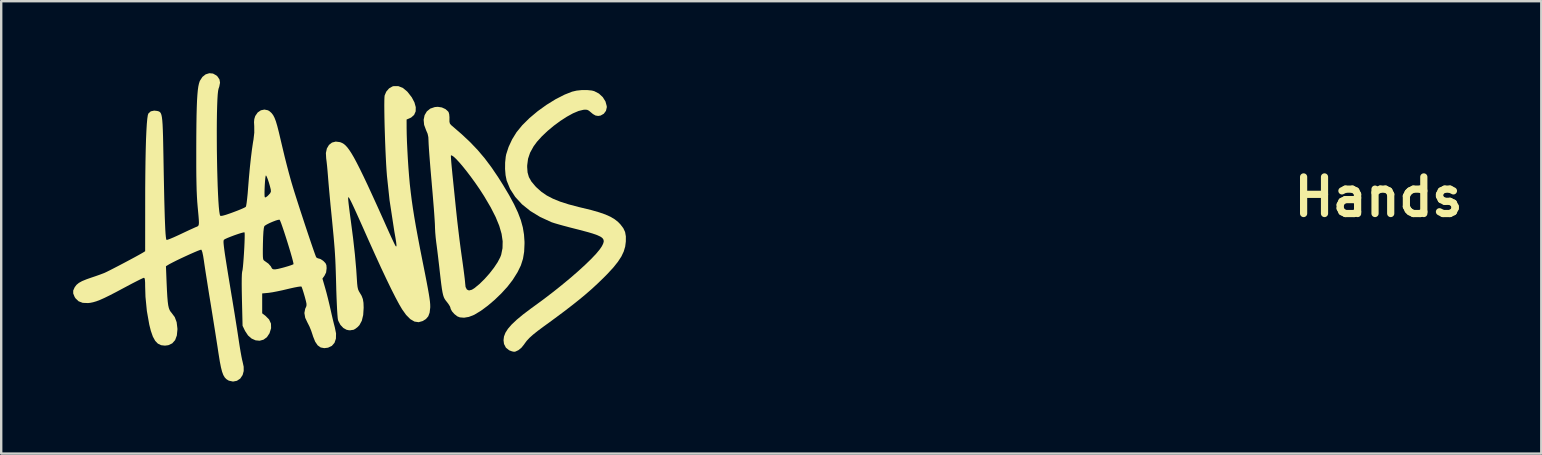
<source format=kicad_pcb>
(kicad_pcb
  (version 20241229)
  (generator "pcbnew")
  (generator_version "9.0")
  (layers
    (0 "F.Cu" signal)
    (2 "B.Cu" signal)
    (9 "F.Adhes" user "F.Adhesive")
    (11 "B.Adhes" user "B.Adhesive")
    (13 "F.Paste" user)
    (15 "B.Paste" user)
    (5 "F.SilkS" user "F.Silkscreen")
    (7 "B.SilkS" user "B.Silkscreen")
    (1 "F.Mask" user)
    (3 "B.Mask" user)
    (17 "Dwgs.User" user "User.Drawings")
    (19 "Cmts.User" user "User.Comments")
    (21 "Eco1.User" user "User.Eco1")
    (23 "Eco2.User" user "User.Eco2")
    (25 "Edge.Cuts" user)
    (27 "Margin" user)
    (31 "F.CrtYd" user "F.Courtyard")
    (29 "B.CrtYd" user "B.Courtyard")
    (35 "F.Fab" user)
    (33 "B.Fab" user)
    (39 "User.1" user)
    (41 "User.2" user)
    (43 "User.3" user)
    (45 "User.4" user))
  (footprint "Hands"
    (layer "F.Cu")
    (at 12.376 6.255)
    (property "Reference" "Hands" (at 42 -1.1 0) (layer "F.SilkS") (effects (font (size 1.524 1.524) (thickness 0.3))))
    (attr board_only exclude_from_pos_files exclude_from_bom)
    (fp_poly (pts (xy 9.229 -5.534) (xy 9.329 -5.508) (xy 9.524 -5.407) (xy 9.685 -5.258) (xy 9.797 -5.078) (xy 9.85 -4.883) (xy 9.852 -4.835) (xy 9.817 -4.687) (xy 9.726 -4.566) (xy 9.594 -4.491) (xy 9.493 -4.475) (xy 9.384 -4.492) (xy 9.276 -4.553) (xy 9.204 -4.613) (xy 9.108 -4.694) (xy 9.032 -4.731) (xy 8.944 -4.737) (xy 8.878 -4.731) (xy 8.679 -4.683) (xy 8.444 -4.584) (xy 8.186 -4.442) (xy 7.915 -4.267) (xy 7.644 -4.067) (xy 7.384 -3.85) (xy 7.147 -3.625) (xy 6.944 -3.401) (xy 6.802 -3.208) (xy 6.657 -2.945) (xy 6.571 -2.691) (xy 6.536 -2.418) (xy 6.535 -2.344) (xy 6.551 -2.122) (xy 6.606 -1.929) (xy 6.709 -1.745) (xy 6.87 -1.552) (xy 6.937 -1.484) (xy 7.13 -1.313) (xy 7.35 -1.162) (xy 7.607 -1.028) (xy 7.909 -0.905) (xy 8.265 -0.791) (xy 8.686 -0.68) (xy 8.82 -0.648) (xy 9.207 -0.554) (xy 9.527 -0.462) (xy 9.79 -0.371) (xy 10.005 -0.275) (xy 10.18 -0.171) (xy 10.325 -0.055) (xy 10.418 0.041) (xy 10.54 0.201) (xy 10.614 0.36) (xy 10.646 0.54) (xy 10.645 0.755) (xy 10.618 0.967) (xy 10.557 1.173) (xy 10.458 1.382) (xy 10.313 1.603) (xy 10.12 1.844) (xy 9.871 2.113) (xy 9.693 2.292) (xy 9.461 2.516) (xy 9.225 2.733) (xy 8.977 2.95) (xy 8.708 3.173) (xy 8.411 3.409) (xy 8.077 3.666) (xy 7.696 3.95) (xy 7.261 4.268) (xy 7.224 4.294) (xy 6.974 4.48) (xy 6.779 4.636) (xy 6.628 4.772) (xy 6.513 4.896) (xy 6.423 5.018) (xy 6.411 5.037) (xy 6.3 5.176) (xy 6.171 5.282) (xy 6.042 5.342) (xy 5.987 5.349) (xy 5.902 5.332) (xy 5.796 5.292) (xy 5.785 5.287) (xy 5.65 5.18) (xy 5.57 5.025) (xy 5.55 4.867) (xy 5.569 4.713) (xy 5.629 4.557) (xy 5.734 4.392) (xy 5.888 4.214) (xy 6.095 4.018) (xy 6.36 3.798) (xy 6.687 3.551) (xy 6.806 3.465) (xy 7.206 3.172) (xy 7.597 2.873) (xy 7.973 2.574) (xy 8.327 2.281) (xy 8.653 1.998) (xy 8.946 1.731) (xy 9.199 1.486) (xy 9.406 1.268) (xy 9.56 1.082) (xy 9.642 0.961) (xy 9.696 0.855) (xy 9.724 0.765) (xy 9.718 0.687) (xy 9.675 0.618) (xy 9.587 0.553) (xy 9.45 0.489) (xy 9.258 0.422) (xy 9.005 0.349) (xy 8.685 0.264) (xy 8.538 0.227) (xy 8.288 0.163) (xy 8.051 0.1) (xy 7.84 0.041) (xy 7.67 -0.009) (xy 7.557 -0.046) (xy 7.539 -0.053) (xy 7.074 -0.267) (xy 6.667 -0.515) (xy 6.32 -0.794) (xy 6.038 -1.101) (xy 5.824 -1.433) (xy 5.679 -1.787) (xy 5.679 -1.79) (xy 5.635 -2.007) (xy 5.614 -2.266) (xy 5.617 -2.535) (xy 5.643 -2.783) (xy 5.661 -2.875) (xy 5.761 -3.183) (xy 5.909 -3.501) (xy 6.091 -3.796) (xy 6.096 -3.802) (xy 6.334 -4.093) (xy 6.631 -4.386) (xy 6.972 -4.672) (xy 7.34 -4.937) (xy 7.72 -5.172) (xy 8.096 -5.364) (xy 8.405 -5.486) (xy 8.592 -5.53) (xy 8.81 -5.553) (xy 9.032 -5.554)) (stroke (width 0) (type solid)) (fill yes) (layer "F.SilkS"))
    (fp_poly (pts (xy 2.981 -4.829) (xy 3.134 -4.759) (xy 3.244 -4.659) (xy 3.263 -4.628) (xy 3.287 -4.544) (xy 3.298 -4.421) (xy 3.297 -4.354) (xy 3.297 -4.232) (xy 3.317 -4.155) (xy 3.369 -4.092) (xy 3.4 -4.066) (xy 3.805 -3.716) (xy 4.158 -3.385) (xy 4.472 -3.056) (xy 4.763 -2.713) (xy 5.042 -2.342) (xy 5.324 -1.926) (xy 5.53 -1.6) (xy 5.784 -1.174) (xy 5.989 -0.795) (xy 6.15 -0.451) (xy 6.271 -0.133) (xy 6.354 0.17) (xy 6.403 0.467) (xy 6.424 0.77) (xy 6.424 0.852) (xy 6.409 1.183) (xy 6.36 1.477) (xy 6.271 1.754) (xy 6.134 2.034) (xy 5.943 2.338) (xy 5.922 2.369) (xy 5.715 2.637) (xy 5.463 2.913) (xy 5.184 3.183) (xy 4.892 3.431) (xy 4.605 3.643) (xy 4.338 3.804) (xy 4.317 3.814) (xy 4.107 3.896) (xy 3.905 3.93) (xy 3.727 3.915) (xy 3.622 3.872) (xy 3.504 3.779) (xy 3.407 3.67) (xy 3.349 3.567) (xy 3.34 3.521) (xy 3.317 3.458) (xy 3.257 3.361) (xy 3.19 3.273) (xy 3.14 3.21) (xy 3.098 3.148) (xy 3.064 3.078) (xy 3.035 2.991) (xy 3.009 2.878) (xy 2.983 2.729) (xy 2.956 2.534) (xy 2.926 2.285) (xy 2.89 1.972) (xy 2.881 1.885) (xy 2.851 1.628) (xy 2.82 1.365) (xy 2.79 1.119) (xy 2.763 0.911) (xy 2.748 0.8) (xy 2.724 0.594) (xy 2.705 0.376) (xy 2.695 0.181) (xy 2.694 0.123) (xy 2.69 0.019) (xy 2.68 -0.151) (xy 2.665 -0.376) (xy 2.645 -0.646) (xy 2.62 -0.95) (xy 2.593 -1.278) (xy 2.563 -1.62) (xy 2.56 -1.662) (xy 2.53 -2.003) (xy 2.502 -2.33) (xy 2.478 -2.633) (xy 2.466 -2.788) (xy 3.357 -2.788) (xy 3.363 -2.684) (xy 3.375 -2.527) (xy 3.393 -2.331) (xy 3.415 -2.107) (xy 3.416 -2.093) (xy 3.443 -1.832) (xy 3.475 -1.519) (xy 3.51 -1.179) (xy 3.545 -0.835) (xy 3.578 -0.512) (xy 3.586 -0.438) (xy 3.622 -0.103) (xy 3.667 0.278) (xy 3.715 0.675) (xy 3.765 1.058) (xy 3.812 1.397) (xy 3.816 1.424) (xy 3.853 1.688) (xy 3.886 1.933) (xy 3.914 2.148) (xy 3.935 2.32) (xy 3.947 2.436) (xy 3.95 2.478) (xy 3.968 2.65) (xy 4.023 2.756) (xy 4.111 2.795) (xy 4.231 2.765) (xy 4.332 2.703) (xy 4.545 2.529) (xy 4.759 2.319) (xy 4.965 2.088) (xy 5.15 1.85) (xy 5.304 1.619) (xy 5.413 1.411) (xy 5.453 1.305) (xy 5.508 1.033) (xy 5.514 0.745) (xy 5.469 0.437) (xy 5.372 0.102) (xy 5.221 -0.265) (xy 5.015 -0.669) (xy 4.752 -1.116) (xy 4.723 -1.162) (xy 4.556 -1.421) (xy 4.379 -1.678) (xy 4.2 -1.925) (xy 4.024 -2.157) (xy 3.857 -2.366) (xy 3.704 -2.545) (xy 3.571 -2.687) (xy 3.464 -2.785) (xy 3.389 -2.832) (xy 3.358 -2.829) (xy 3.357 -2.788) (xy 2.466 -2.788) (xy 2.457 -2.903) (xy 2.441 -3.128) (xy 2.431 -3.299) (xy 2.426 -3.406) (xy 2.426 -3.415) (xy 2.418 -3.591) (xy 2.388 -3.732) (xy 2.327 -3.874) (xy 2.326 -3.876) (xy 2.242 -4.103) (xy 2.222 -4.317) (xy 2.262 -4.507) (xy 2.356 -4.665) (xy 2.499 -4.781) (xy 2.688 -4.845) (xy 2.813 -4.855)) (stroke (width 0) (type solid)) (fill yes) (layer "F.SilkS"))
    (fp_poly (pts (xy 1.356 -5.643) (xy 1.536 -5.493) (xy 1.557 -5.47) (xy 1.727 -5.251) (xy 1.839 -5.039) (xy 1.894 -4.841) (xy 1.89 -4.666) (xy 1.826 -4.52) (xy 1.703 -4.41) (xy 1.645 -4.382) (xy 1.512 -4.326) (xy 1.513 -3.972) (xy 1.517 -3.715) (xy 1.527 -3.402) (xy 1.544 -3.051) (xy 1.564 -2.684) (xy 1.588 -2.318) (xy 1.615 -1.974) (xy 1.642 -1.67) (xy 1.646 -1.629) (xy 1.683 -1.305) (xy 1.724 -0.978) (xy 1.773 -0.637) (xy 1.831 -0.272) (xy 1.899 0.125) (xy 1.98 0.565) (xy 2.074 1.059) (xy 2.184 1.614) (xy 2.204 1.713) (xy 2.283 2.11) (xy 2.347 2.44) (xy 2.398 2.711) (xy 2.437 2.931) (xy 2.465 3.108) (xy 2.484 3.248) (xy 2.494 3.361) (xy 2.497 3.453) (xy 2.496 3.511) (xy 2.471 3.72) (xy 2.415 3.872) (xy 2.318 3.985) (xy 2.184 4.069) (xy 2.013 4.117) (xy 1.84 4.091) (xy 1.667 3.99) (xy 1.491 3.813) (xy 1.327 3.583) (xy 1.203 3.373) (xy 1.053 3.093) (xy 0.876 2.744) (xy 0.674 2.327) (xy 0.446 1.844) (xy 0.195 1.295) (xy -0.081 0.682) (xy -0.26 0.279) (xy -0.379 0.012) (xy -0.494 -0.244) (xy -0.599 -0.477) (xy -0.69 -0.676) (xy -0.761 -0.827) (xy -0.807 -0.921) (xy -0.867 -1.035) (xy -0.902 -1.088) (xy -0.918 -1.086) (xy -0.923 -1.036) (xy -0.923 -1.028) (xy -0.918 -0.957) (xy -0.904 -0.824) (xy -0.882 -0.641) (xy -0.854 -0.422) (xy -0.822 -0.18) (xy -0.811 -0.104) (xy -0.718 0.611) (xy -0.642 1.291) (xy -0.586 1.922) (xy -0.561 2.304) (xy -0.548 2.504) (xy -0.532 2.646) (xy -0.51 2.746) (xy -0.478 2.823) (xy -0.447 2.875) (xy -0.362 3.018) (xy -0.31 3.154) (xy -0.284 3.312) (xy -0.277 3.517) (xy -0.277 3.518) (xy -0.296 3.818) (xy -0.354 4.057) (xy -0.452 4.239) (xy -0.527 4.318) (xy -0.618 4.389) (xy -0.692 4.431) (xy -0.714 4.436) (xy -0.8 4.447) (xy -0.817 4.452) (xy -0.887 4.453) (xy -0.986 4.433) (xy -0.988 4.433) (xy -1.124 4.358) (xy -1.245 4.229) (xy -1.332 4.064) (xy -1.345 4.026) (xy -1.357 3.952) (xy -1.369 3.812) (xy -1.382 3.615) (xy -1.394 3.369) (xy -1.406 3.086) (xy -1.417 2.773) (xy -1.421 2.608) (xy -1.43 2.275) (xy -1.439 1.987) (xy -1.448 1.734) (xy -1.458 1.502) (xy -1.471 1.279) (xy -1.486 1.053) (xy -1.506 0.811) (xy -1.529 0.541) (xy -1.559 0.23) (xy -1.594 -0.134) (xy -1.628 -0.476) (xy -1.658 -0.775) (xy -1.687 -1.087) (xy -1.715 -1.39) (xy -1.739 -1.666) (xy -1.758 -1.893) (xy -1.763 -1.961) (xy -1.781 -2.177) (xy -1.8 -2.384) (xy -1.819 -2.56) (xy -1.835 -2.685) (xy -1.838 -2.707) (xy -1.85 -2.931) (xy -1.809 -3.12) (xy -1.721 -3.268) (xy -1.596 -3.366) (xy -1.44 -3.407) (xy -1.261 -3.384) (xy -1.173 -3.349) (xy -1.105 -3.309) (xy -1.035 -3.25) (xy -0.959 -3.168) (xy -0.877 -3.059) (xy -0.786 -2.92) (xy -0.683 -2.745) (xy -0.568 -2.53) (xy -0.437 -2.273) (xy -0.288 -1.968) (xy -0.119 -1.612) (xy 0.071 -1.2) (xy 0.286 -0.729) (xy 0.527 -0.194) (xy 0.681 0.152) (xy 0.783 0.377) (xy 0.875 0.579) (xy 0.954 0.747) (xy 1.014 0.871) (xy 1.051 0.94) (xy 1.057 0.95) (xy 1.079 0.963) (xy 1.09 0.942) (xy 1.088 0.88) (xy 1.075 0.769) (xy 1.048 0.6) (xy 1.006 0.365) (xy 1 0.329) (xy 0.803 -0.958) (xy 0.694 -1.976) (xy 0.677 -2.2) (xy 0.66 -2.467) (xy 0.645 -2.765) (xy 0.63 -3.086) (xy 0.617 -3.419) (xy 0.606 -3.755) (xy 0.596 -4.083) (xy 0.589 -4.393) (xy 0.585 -4.676) (xy 0.583 -4.921) (xy 0.585 -5.119) (xy 0.59 -5.259) (xy 0.597 -5.327) (xy 0.665 -5.488) (xy 0.78 -5.621) (xy 0.922 -5.704) (xy 0.971 -5.717) (xy 1.167 -5.717)) (stroke (width 0) (type solid)) (fill yes) (layer "F.SilkS"))
    (fp_poly (pts (xy -6.553 -6.241) (xy -6.408 -6.16) (xy -6.361 -6.114) (xy -6.283 -5.994) (xy -6.26 -5.861) (xy -6.291 -5.698) (xy -6.321 -5.612) (xy -6.34 -5.522) (xy -6.357 -5.366) (xy -6.37 -5.152) (xy -6.38 -4.887) (xy -6.388 -4.58) (xy -6.393 -4.239) (xy -6.395 -3.871) (xy -6.394 -3.485) (xy -6.392 -3.089) (xy -6.386 -2.691) (xy -6.379 -2.298) (xy -6.369 -1.919) (xy -6.358 -1.561) (xy -6.344 -1.233) (xy -6.329 -0.942) (xy -6.312 -0.698) (xy -6.293 -0.506) (xy -6.272 -0.376) (xy -6.255 -0.321) (xy -6.221 -0.309) (xy -6.142 -0.321) (xy -6.011 -0.358) (xy -5.821 -0.423) (xy -5.728 -0.457) (xy -5.543 -0.527) (xy -5.383 -0.592) (xy -5.262 -0.646) (xy -5.194 -0.683) (xy -5.186 -0.69) (xy -5.17 -0.742) (xy -5.151 -0.858) (xy -5.131 -1.025) (xy -5.11 -1.228) (xy -5.106 -1.275) (xy -4.407 -1.275) (xy -4.405 -1.16) (xy -4.398 -1.094) (xy -4.397 -1.092) (xy -4.364 -1.08) (xy -4.293 -1.128) (xy -4.251 -1.168) (xy -4.171 -1.255) (xy -4.14 -1.325) (xy -4.146 -1.405) (xy -4.146 -1.408) (xy -4.182 -1.553) (xy -4.225 -1.702) (xy -4.271 -1.837) (xy -4.312 -1.941) (xy -4.343 -1.995) (xy -4.349 -1.999) (xy -4.362 -1.964) (xy -4.375 -1.871) (xy -4.387 -1.737) (xy -4.397 -1.582) (xy -4.404 -1.421) (xy -4.407 -1.275) (xy -5.106 -1.275) (xy -5.092 -1.456) (xy -5.056 -1.905) (xy -5.016 -2.334) (xy -4.973 -2.733) (xy -4.929 -3.086) (xy -4.885 -3.382) (xy -4.866 -3.489) (xy -4.833 -3.777) (xy -4.835 -4.051) (xy -4.844 -4.219) (xy -4.833 -4.342) (xy -4.801 -4.449) (xy -4.789 -4.478) (xy -4.691 -4.62) (xy -4.559 -4.71) (xy -4.411 -4.741) (xy -4.262 -4.71) (xy -4.189 -4.664) (xy -4.113 -4.595) (xy -4.048 -4.51) (xy -3.99 -4.399) (xy -3.933 -4.25) (xy -3.875 -4.054) (xy -3.81 -3.8) (xy -3.761 -3.592) (xy -3.658 -3.155) (xy -3.567 -2.775) (xy -3.481 -2.436) (xy -3.398 -2.12) (xy -3.313 -1.81) (xy -3.28 -1.695) (xy -3.233 -1.538) (xy -3.171 -1.335) (xy -3.095 -1.095) (xy -3.009 -0.826) (xy -2.916 -0.537) (xy -2.818 -0.239) (xy -2.72 0.06) (xy -2.623 0.351) (xy -2.531 0.625) (xy -2.447 0.873) (xy -2.374 1.085) (xy -2.315 1.252) (xy -2.273 1.366) (xy -2.251 1.417) (xy -2.25 1.418) (xy -2.18 1.459) (xy -2.139 1.466) (xy -2.068 1.49) (xy -1.975 1.551) (xy -1.944 1.577) (xy -1.866 1.659) (xy -1.829 1.74) (xy -1.82 1.857) (xy -1.82 1.872) (xy -1.841 2.044) (xy -1.907 2.179) (xy -1.994 2.301) (xy -1.88 2.693) (xy -1.826 2.888) (xy -1.765 3.127) (xy -1.704 3.379) (xy -1.652 3.606) (xy -1.605 3.816) (xy -1.558 4.018) (xy -1.515 4.191) (xy -1.483 4.314) (xy -1.479 4.327) (xy -1.427 4.583) (xy -1.432 4.801) (xy -1.491 4.976) (xy -1.602 5.104) (xy -1.761 5.179) (xy -1.918 5.198) (xy -2.067 5.17) (xy -2.192 5.082) (xy -2.296 4.93) (xy -2.385 4.709) (xy -2.406 4.641) (xy -2.464 4.468) (xy -2.535 4.295) (xy -2.605 4.157) (xy -2.609 4.151) (xy -2.711 3.935) (xy -2.746 3.735) (xy -2.712 3.557) (xy -2.697 3.526) (xy -2.669 3.466) (xy -2.657 3.409) (xy -2.66 3.338) (xy -2.682 3.235) (xy -2.723 3.081) (xy -2.736 3.034) (xy -2.783 2.875) (xy -2.825 2.743) (xy -2.856 2.657) (xy -2.869 2.633) (xy -2.914 2.63) (xy -3.019 2.644) (xy -3.171 2.673) (xy -3.355 2.714) (xy -3.444 2.735) (xy -3.663 2.787) (xy -3.881 2.833) (xy -4.074 2.87) (xy -4.222 2.892) (xy -4.247 2.895) (xy -4.504 2.919) (xy -4.504 3.747) (xy -4.369 3.85) (xy -4.217 4.003) (xy -4.138 4.175) (xy -4.133 4.368) (xy -4.198 4.578) (xy -4.307 4.742) (xy -4.448 4.845) (xy -4.609 4.889) (xy -4.778 4.873) (xy -4.943 4.8) (xy -5.093 4.67) (xy -5.215 4.485) (xy -5.215 4.485) (xy -5.321 4.267) (xy -5.347 3.183) (xy -5.354 2.819) (xy -5.357 2.517) (xy -5.355 2.28) (xy -5.349 2.113) (xy -5.339 2.016) (xy -5.335 2.002) (xy -5.321 1.936) (xy -5.306 1.812) (xy -5.291 1.644) (xy -5.276 1.446) (xy -5.264 1.269) (xy -4.477 1.269) (xy -4.474 1.391) (xy -4.466 1.47) (xy -4.452 1.518) (xy -4.431 1.545) (xy -4.414 1.557) (xy -4.244 1.678) (xy -4.141 1.794) (xy -4.122 1.833) (xy -4.093 1.884) (xy -4.045 1.912) (xy -3.968 1.917) (xy -3.848 1.898) (xy -3.673 1.855) (xy -3.574 1.828) (xy -3.421 1.783) (xy -3.296 1.742) (xy -3.216 1.71) (xy -3.2 1.7) (xy -3.203 1.657) (xy -3.227 1.555) (xy -3.267 1.404) (xy -3.321 1.216) (xy -3.384 1.005) (xy -3.453 0.781) (xy -3.524 0.557) (xy -3.593 0.344) (xy -3.657 0.155) (xy -3.711 0.002) (xy -3.753 -0.104) (xy -3.777 -0.15) (xy -3.778 -0.151) (xy -3.832 -0.149) (xy -3.933 -0.12) (xy -4.059 -0.072) (xy -4.192 -0.015) (xy -4.309 0.044) (xy -4.391 0.095) (xy -4.414 0.118) (xy -4.435 0.192) (xy -4.452 0.342) (xy -4.465 0.566) (xy -4.473 0.853) (xy -4.477 1.093) (xy -4.477 1.269) (xy -5.264 1.269) (xy -5.262 1.232) (xy -5.249 1.015) (xy -5.24 0.809) (xy -5.234 0.628) (xy -5.232 0.486) (xy -5.235 0.398) (xy -5.241 0.374) (xy -5.284 0.377) (xy -5.381 0.402) (xy -5.513 0.444) (xy -5.663 0.496) (xy -5.814 0.553) (xy -5.948 0.607) (xy -6.049 0.653) (xy -6.095 0.682) (xy -6.106 0.7) (xy -6.113 0.731) (xy -6.115 0.783) (xy -6.11 0.859) (xy -6.099 0.966) (xy -6.081 1.109) (xy -6.055 1.294) (xy -6.019 1.525) (xy -5.974 1.809) (xy -5.919 2.151) (xy -5.852 2.556) (xy -5.774 3.03) (xy -5.761 3.103) (xy -5.708 3.429) (xy -5.652 3.77) (xy -5.599 4.105) (xy -5.549 4.419) (xy -5.507 4.693) (xy -5.477 4.893) (xy -5.441 5.126) (xy -5.404 5.348) (xy -5.369 5.541) (xy -5.339 5.688) (xy -5.322 5.756) (xy -5.275 5.973) (xy -5.274 6.152) (xy -5.318 6.315) (xy -5.32 6.32) (xy -5.418 6.466) (xy -5.557 6.558) (xy -5.719 6.59) (xy -5.887 6.554) (xy -5.913 6.542) (xy -5.996 6.489) (xy -6.064 6.418) (xy -6.123 6.318) (xy -6.174 6.181) (xy -6.221 5.998) (xy -6.268 5.76) (xy -6.317 5.457) (xy -6.331 5.369) (xy -6.366 5.135) (xy -6.412 4.843) (xy -6.464 4.51) (xy -6.521 4.153) (xy -6.579 3.789) (xy -6.636 3.435) (xy -6.653 3.332) (xy -6.707 3.004) (xy -6.759 2.677) (xy -6.808 2.365) (xy -6.853 2.081) (xy -6.89 1.84) (xy -6.918 1.653) (xy -6.927 1.586) (xy -6.963 1.358) (xy -6.997 1.199) (xy -7.029 1.112) (xy -7.044 1.096) (xy -7.09 1.107) (xy -7.191 1.145) (xy -7.335 1.206) (xy -7.508 1.282) (xy -7.698 1.369) (xy -7.892 1.459) (xy -8.077 1.548) (xy -8.239 1.63) (xy -8.367 1.697) (xy -8.422 1.73) (xy -8.513 1.786) (xy -8.486 2.466) (xy -8.471 2.793) (xy -8.456 3.052) (xy -8.439 3.255) (xy -8.419 3.409) (xy -8.393 3.525) (xy -8.36 3.612) (xy -8.319 3.68) (xy -8.278 3.728) (xy -8.146 3.906) (xy -8.067 4.117) (xy -8.036 4.376) (xy -8.035 4.422) (xy -8.059 4.67) (xy -8.131 4.864) (xy -8.251 4.999) (xy -8.416 5.076) (xy -8.556 5.093) (xy -8.716 5.075) (xy -8.85 5.009) (xy -8.962 4.892) (xy -9.059 4.716) (xy -9.143 4.474) (xy -9.207 4.22) (xy -9.308 3.651) (xy -9.366 3.057) (xy -9.379 2.642) (xy -9.381 2.461) (xy -9.39 2.345) (xy -9.406 2.283) (xy -9.43 2.266) (xy -9.476 2.283) (xy -9.58 2.332) (xy -9.73 2.407) (xy -9.917 2.503) (xy -10.13 2.616) (xy -10.258 2.684) (xy -10.586 2.859) (xy -10.857 2.999) (xy -11.08 3.108) (xy -11.264 3.19) (xy -11.418 3.248) (xy -11.552 3.287) (xy -11.672 3.311) (xy -11.759 3.32) (xy -11.98 3.311) (xy -12.153 3.245) (xy -12.282 3.121) (xy -12.318 3.063) (xy -12.376 2.921) (xy -12.376 2.798) (xy -12.317 2.666) (xy -12.311 2.656) (xy -12.239 2.561) (xy -12.141 2.48) (xy -12.004 2.404) (xy -11.815 2.327) (xy -11.626 2.261) (xy -11.445 2.2) (xy -11.267 2.137) (xy -11.121 2.082) (xy -11.073 2.063) (xy -10.988 2.023) (xy -10.849 1.954) (xy -10.67 1.862) (xy -10.465 1.756) (xy -10.248 1.642) (xy -10.032 1.527) (xy -9.831 1.419) (xy -9.659 1.325) (xy -9.528 1.251) (xy -9.464 1.214) (xy -9.379 1.16) (xy -9.378 -0.81) (xy -9.377 -1.464) (xy -9.372 -2.062) (xy -9.365 -2.602) (xy -9.355 -3.083) (xy -9.343 -3.501) (xy -9.327 -3.855) (xy -9.31 -4.142) (xy -9.29 -4.36) (xy -9.268 -4.506) (xy -9.245 -4.576) (xy -9.145 -4.667) (xy -9.004 -4.697) (xy -8.9 -4.686) (xy -8.844 -4.675) (xy -8.798 -4.659) (xy -8.759 -4.632) (xy -8.728 -4.588) (xy -8.702 -4.521) (xy -8.682 -4.424) (xy -8.666 -4.292) (xy -8.653 -4.117) (xy -8.643 -3.895) (xy -8.634 -3.618) (xy -8.627 -3.28) (xy -8.619 -2.876) (xy -8.615 -2.65) (xy -8.604 -2.035) (xy -8.593 -1.493) (xy -8.583 -1.02) (xy -8.572 -0.613) (xy -8.562 -0.268) (xy -8.551 0.017) (xy -8.541 0.247) (xy -8.53 0.426) (xy -8.518 0.555) (xy -8.506 0.64) (xy -8.493 0.683) (xy -8.486 0.69) (xy -8.438 0.68) (xy -8.335 0.642) (xy -8.19 0.581) (xy -8.016 0.502) (xy -7.93 0.462) (xy -7.736 0.37) (xy -7.555 0.285) (xy -7.403 0.216) (xy -7.298 0.168) (xy -7.275 0.158) (xy -7.223 0.138) (xy -7.185 0.118) (xy -7.159 0.09) (xy -7.144 0.042) (xy -7.139 -0.036) (xy -7.144 -0.153) (xy -7.157 -0.32) (xy -7.178 -0.546) (xy -7.193 -0.706) (xy -7.21 -0.91) (xy -7.223 -1.131) (xy -7.234 -1.378) (xy -7.241 -1.659) (xy -7.247 -1.984) (xy -7.25 -2.362) (xy -7.25 -2.801) (xy -7.25 -3.104) (xy -7.248 -3.637) (xy -7.244 -4.1) (xy -7.238 -4.498) (xy -7.229 -4.835) (xy -7.218 -5.119) (xy -7.203 -5.353) (xy -7.186 -5.544) (xy -7.165 -5.697) (xy -7.139 -5.818) (xy -7.11 -5.911) (xy -7.099 -5.938) (xy -6.995 -6.1) (xy -6.86 -6.207) (xy -6.708 -6.255)) (stroke (width 0) (type solid)) (fill yes) (layer "F.SilkS")))
  (gr_rect
    (start -3 -3)
    (end 61.157 15.845)
    (stroke (width 0.1) (type default))
    (fill no)
    (layer "Edge.Cuts")))
</source>
